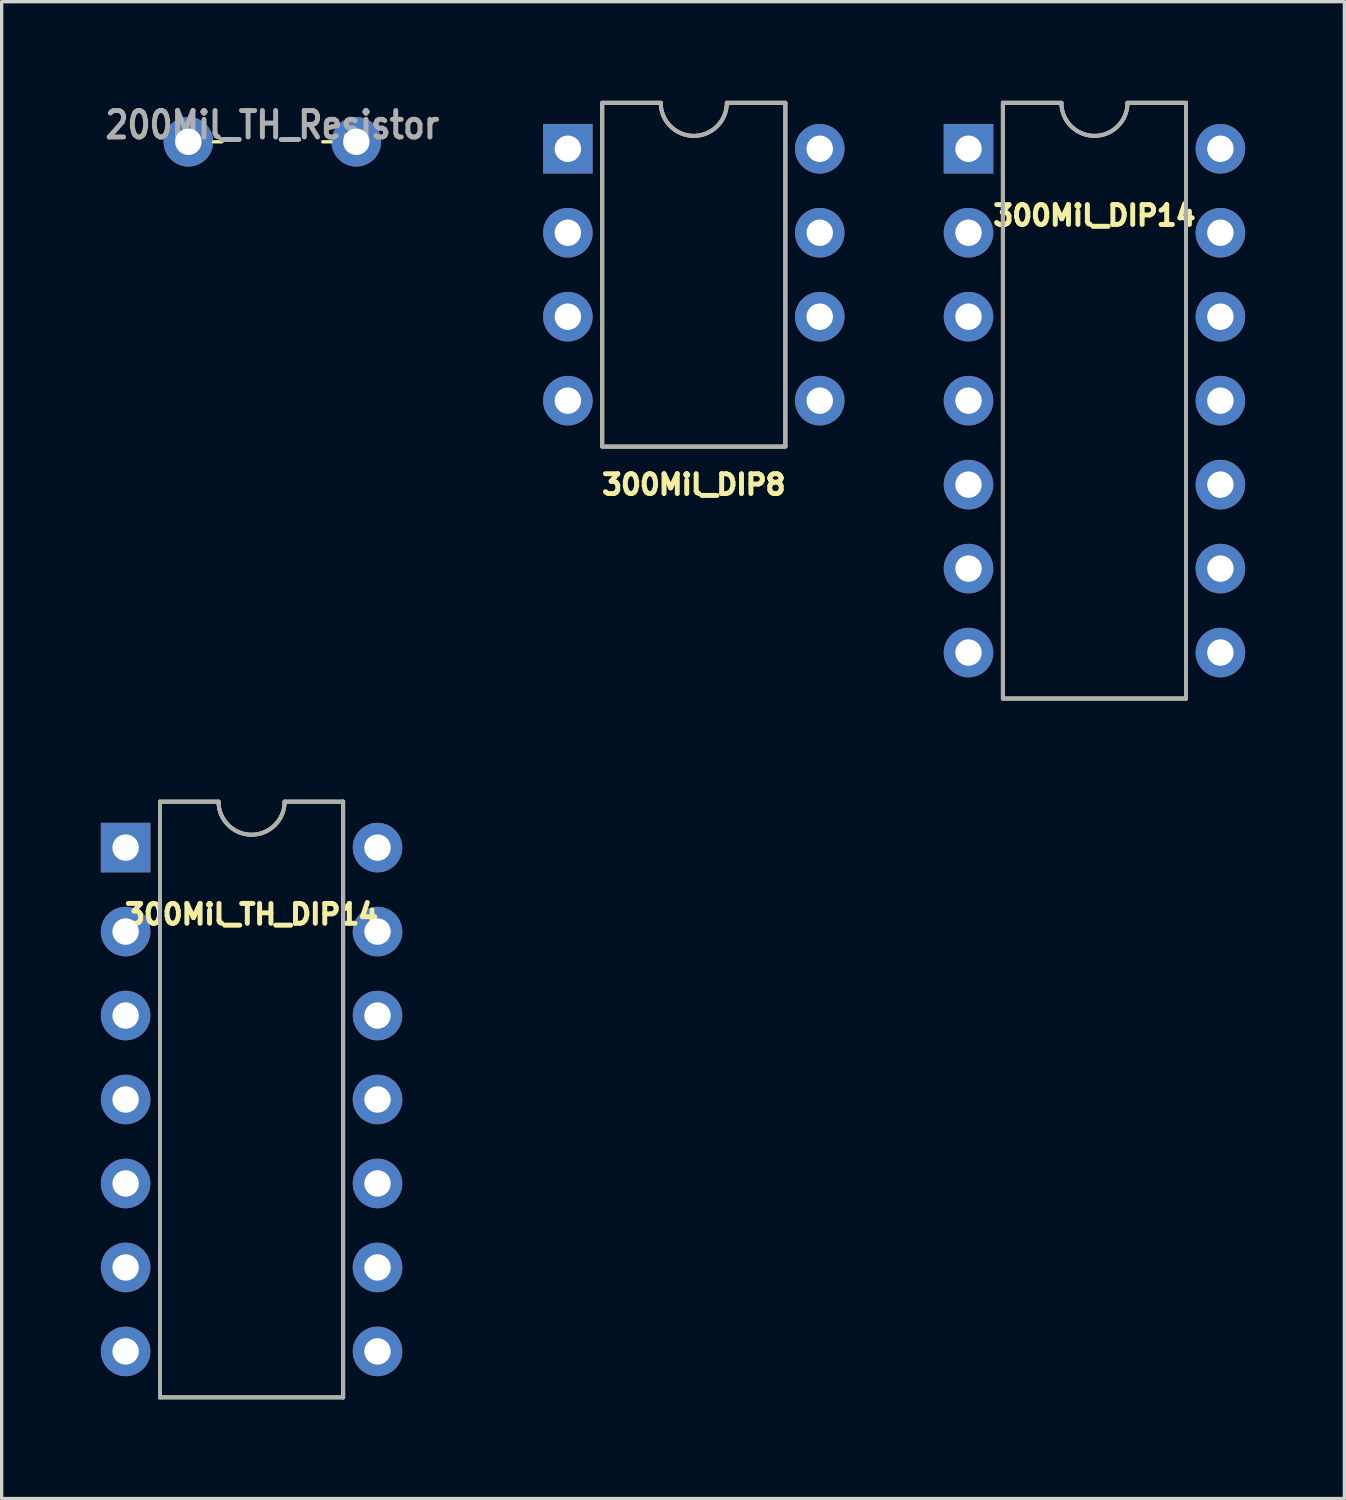
<source format=kicad_pcb>
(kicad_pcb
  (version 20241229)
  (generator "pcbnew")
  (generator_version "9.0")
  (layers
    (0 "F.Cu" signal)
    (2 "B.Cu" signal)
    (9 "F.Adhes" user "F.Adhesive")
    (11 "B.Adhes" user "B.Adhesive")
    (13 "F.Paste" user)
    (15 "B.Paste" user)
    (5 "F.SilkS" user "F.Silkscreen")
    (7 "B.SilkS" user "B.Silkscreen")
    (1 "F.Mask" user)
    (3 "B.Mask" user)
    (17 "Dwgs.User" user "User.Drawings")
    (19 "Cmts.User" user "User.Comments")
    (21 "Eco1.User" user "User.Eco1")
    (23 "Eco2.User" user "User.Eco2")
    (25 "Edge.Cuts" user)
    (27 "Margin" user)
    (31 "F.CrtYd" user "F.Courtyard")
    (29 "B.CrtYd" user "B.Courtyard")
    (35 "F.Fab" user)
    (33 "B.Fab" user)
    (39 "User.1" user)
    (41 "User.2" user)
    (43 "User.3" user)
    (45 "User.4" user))
  (footprint "300Mil_TH_DIP14"
    (placed yes)
    (layer "F.Cu")
    (at 0.75 22.59)
    (property "Reference" "300Mil_TH_DIP14" (at 3.81 2.019 0) (layer "F.SilkS") (effects (font (size 0.6 0.6) (thickness 0.15))))
    (attr through_hole)
    (fp_line (start 1.04 -1.39) (end 1.04 16.63) (stroke (width 0.12) (type solid)) (layer "F.SilkS"))
    (fp_line (start 1.04 16.63) (end 6.58 16.63) (stroke (width 0.12) (type solid)) (layer "F.SilkS"))
    (fp_line (start 2.81 -1.39) (end 1.04 -1.39) (stroke (width 0.12) (type solid)) (layer "F.SilkS"))
    (fp_line (start 6.58 -1.39) (end 4.81 -1.39) (stroke (width 0.12) (type solid)) (layer "F.SilkS"))
    (fp_line (start 6.58 16.63) (end 6.58 -1.39) (stroke (width 0.12) (type solid)) (layer "F.SilkS"))
    (fp_arc (start 4.81 -1.39) (mid 3.81 -0.39) (end 2.81 -1.39) (stroke (width 0.12) (type solid)) (layer "F.SilkS"))
    (fp_line (start 1.04 -1.39) (end 1.04 16.63) (stroke (width 0.12) (type solid)) (layer "F.Fab"))
    (fp_line (start 1.04 16.63) (end 6.58 16.63) (stroke (width 0.12) (type solid)) (layer "F.Fab"))
    (fp_line (start 2.81 -1.39) (end 1.04 -1.39) (stroke (width 0.12) (type solid)) (layer "F.Fab"))
    (fp_line (start 6.58 -1.39) (end 4.81 -1.39) (stroke (width 0.12) (type solid)) (layer "F.Fab"))
    (fp_line (start 6.58 16.63) (end 6.58 -1.39) (stroke (width 0.12) (type solid)) (layer "F.Fab"))
    (fp_arc (start 4.81 -1.39) (mid 3.81 -0.39) (end 2.81 -1.39) (stroke (width 0.12) (type solid)) (layer "F.Fab"))
    (pad "1" thru_hole rect (at 0 0) (size 1.5 1.5) (drill 0.8) (layers "*.Cu" "*.Mask"))
    (pad "2" thru_hole circle (at 0 2.54) (size 1.5 1.5) (drill 0.8) (layers "*.Cu" "*.Mask"))
    (pad "3" thru_hole circle (at 0 5.08) (size 1.5 1.5) (drill 0.8) (layers "*.Cu" "*.Mask"))
    (pad "4" thru_hole circle (at 0 7.62) (size 1.5 1.5) (drill 0.8) (layers "*.Cu" "*.Mask"))
    (pad "5" thru_hole circle (at 0 10.16) (size 1.5 1.5) (drill 0.8) (layers "*.Cu" "*.Mask"))
    (pad "6" thru_hole circle (at 0 12.7) (size 1.5 1.5) (drill 0.8) (layers "*.Cu" "*.Mask"))
    (pad "7" thru_hole circle (at 0 15.24) (size 1.5 1.5) (drill 0.8) (layers "*.Cu" "*.Mask"))
    (pad "8" thru_hole circle (at 7.62 15.24) (size 1.5 1.5) (drill 0.8) (layers "*.Cu" "*.Mask"))
    (pad "9" thru_hole circle (at 7.62 12.7) (size 1.5 1.5) (drill 0.8) (layers "*.Cu" "*.Mask"))
    (pad "10" thru_hole circle (at 7.62 10.16) (size 1.5 1.5) (drill 0.8) (layers "*.Cu" "*.Mask"))
    (pad "11" thru_hole circle (at 7.62 7.62) (size 1.5 1.5) (drill 0.8) (layers "*.Cu" "*.Mask"))
    (pad "12" thru_hole circle (at 7.62 5.08) (size 1.5 1.5) (drill 0.8) (layers "*.Cu" "*.Mask"))
    (pad "13" thru_hole circle (at 7.62 2.54) (size 1.5 1.5) (drill 0.8) (layers "*.Cu" "*.Mask"))
    (pad "14" thru_hole circle (at 7.62 0) (size 1.5 1.5) (drill 0.8) (layers "*.Cu" "*.Mask")))
  (footprint "300Mil_DIP14"
    (placed yes)
    (layer "F.Cu")
    (at 26.247 1.45)
    (property "Reference" "300Mil_DIP14" (at 3.81 2.019 0) (layer "F.SilkS") (effects (font (size 0.6 0.6) (thickness 0.15))))
    (attr through_hole)
    (fp_line (start 1.04 -1.39) (end 1.04 16.63) (stroke (width 0.12) (type solid)) (layer "F.SilkS"))
    (fp_line (start 1.04 16.63) (end 6.58 16.63) (stroke (width 0.12) (type solid)) (layer "F.SilkS"))
    (fp_line (start 2.81 -1.39) (end 1.04 -1.39) (stroke (width 0.12) (type solid)) (layer "F.SilkS"))
    (fp_line (start 6.58 -1.39) (end 4.81 -1.39) (stroke (width 0.12) (type solid)) (layer "F.SilkS"))
    (fp_line (start 6.58 16.63) (end 6.58 -1.39) (stroke (width 0.12) (type solid)) (layer "F.SilkS"))
    (fp_arc (start 4.81 -1.39) (mid 3.81 -0.39) (end 2.81 -1.39) (stroke (width 0.12) (type solid)) (layer "F.SilkS"))
    (fp_line (start 1.04 -1.39) (end 1.04 16.63) (stroke (width 0.12) (type solid)) (layer "F.Fab"))
    (fp_line (start 1.04 16.63) (end 6.58 16.63) (stroke (width 0.12) (type solid)) (layer "F.Fab"))
    (fp_line (start 2.81 -1.39) (end 1.04 -1.39) (stroke (width 0.12) (type solid)) (layer "F.Fab"))
    (fp_line (start 6.58 -1.39) (end 4.81 -1.39) (stroke (width 0.12) (type solid)) (layer "F.Fab"))
    (fp_line (start 6.58 16.63) (end 6.58 -1.39) (stroke (width 0.12) (type solid)) (layer "F.Fab"))
    (fp_arc (start 4.81 -1.39) (mid 3.81 -0.39) (end 2.81 -1.39) (stroke (width 0.12) (type solid)) (layer "F.Fab"))
    (pad "1" thru_hole rect (at 0 0) (size 1.5 1.5) (drill 0.8) (layers "*.Cu" "*.Mask"))
    (pad "2" thru_hole circle (at 0 2.54) (size 1.5 1.5) (drill 0.8) (layers "*.Cu" "*.Mask"))
    (pad "3" thru_hole circle (at 0 5.08) (size 1.5 1.5) (drill 0.8) (layers "*.Cu" "*.Mask"))
    (pad "4" thru_hole circle (at 0 7.62) (size 1.5 1.5) (drill 0.8) (layers "*.Cu" "*.Mask"))
    (pad "5" thru_hole circle (at 0 10.16) (size 1.5 1.5) (drill 0.8) (layers "*.Cu" "*.Mask"))
    (pad "6" thru_hole circle (at 0 12.7) (size 1.5 1.5) (drill 0.8) (layers "*.Cu" "*.Mask"))
    (pad "7" thru_hole circle (at 0 15.24) (size 1.5 1.5) (drill 0.8) (layers "*.Cu" "*.Mask"))
    (pad "8" thru_hole circle (at 7.62 15.24) (size 1.5 1.5) (drill 0.8) (layers "*.Cu" "*.Mask"))
    (pad "9" thru_hole circle (at 7.62 12.7) (size 1.5 1.5) (drill 0.8) (layers "*.Cu" "*.Mask"))
    (pad "10" thru_hole circle (at 7.62 10.16) (size 1.5 1.5) (drill 0.8) (layers "*.Cu" "*.Mask"))
    (pad "11" thru_hole circle (at 7.62 7.62) (size 1.5 1.5) (drill 0.8) (layers "*.Cu" "*.Mask"))
    (pad "12" thru_hole circle (at 7.62 5.08) (size 1.5 1.5) (drill 0.8) (layers "*.Cu" "*.Mask"))
    (pad "13" thru_hole circle (at 7.62 2.54) (size 1.5 1.5) (drill 0.8) (layers "*.Cu" "*.Mask"))
    (pad "14" thru_hole circle (at 7.62 0) (size 1.5 1.5) (drill 0.8) (layers "*.Cu" "*.Mask")))
  (footprint "300Mil_DIP8"
    (placed yes)
    (layer "F.Cu")
    (at 14.127 1.45)
    (property "Reference" "300Mil_DIP8" (at 3.81 10.16 0) (layer "F.SilkS") (effects (font (size 0.6 0.6) (thickness 0.15))))
    (attr through_hole)
    (fp_line (start 1.04 -1.39) (end 1.04 9) (stroke (width 0.12) (type solid)) (layer "F.SilkS"))
    (fp_line (start 1.04 9.01) (end 6.58 9.01) (stroke (width 0.12) (type solid)) (layer "F.SilkS"))
    (fp_line (start 2.81 -1.39) (end 1.04 -1.39) (stroke (width 0.12) (type solid)) (layer "F.SilkS"))
    (fp_line (start 6.58 -1.39) (end 4.81 -1.39) (stroke (width 0.12) (type solid)) (layer "F.SilkS"))
    (fp_line (start 6.58 9) (end 6.58 -1.39) (stroke (width 0.12) (type solid)) (layer "F.SilkS"))
    (fp_arc (start 4.81 -1.39) (mid 3.81 -0.39) (end 2.81 -1.39) (stroke (width 0.12) (type solid)) (layer "F.SilkS"))
    (fp_line (start 1.04 -1.39) (end 1.04 9) (stroke (width 0.12) (type solid)) (layer "F.Fab"))
    (fp_line (start 1.04 9.01) (end 6.58 9.01) (stroke (width 0.12) (type solid)) (layer "F.Fab"))
    (fp_line (start 2.81 -1.39) (end 1.04 -1.39) (stroke (width 0.12) (type solid)) (layer "F.Fab"))
    (fp_line (start 6.58 -1.39) (end 4.81 -1.39) (stroke (width 0.12) (type solid)) (layer "F.Fab"))
    (fp_line (start 6.58 9) (end 6.58 -1.39) (stroke (width 0.12) (type solid)) (layer "F.Fab"))
    (fp_arc (start 4.81 -1.39) (mid 3.81 -0.39) (end 2.81 -1.39) (stroke (width 0.12) (type solid)) (layer "F.Fab"))
    (pad "1" thru_hole rect (at 0 0) (size 1.5 1.5) (drill 0.8) (layers "*.Cu" "*.Mask"))
    (pad "2" thru_hole circle (at 0 2.54) (size 1.5 1.5) (drill 0.8) (layers "*.Cu" "*.Mask"))
    (pad "3" thru_hole circle (at 0 5.08) (size 1.5 1.5) (drill 0.8) (layers "*.Cu" "*.Mask"))
    (pad "4" thru_hole circle (at 0 7.62) (size 1.5 1.5) (drill 0.8) (layers "*.Cu" "*.Mask"))
    (pad "5" thru_hole circle (at 7.62 7.62) (size 1.5 1.5) (drill 0.8) (layers "*.Cu" "*.Mask"))
    (pad "6" thru_hole circle (at 7.62 5.08) (size 1.5 1.5) (drill 0.8) (layers "*.Cu" "*.Mask"))
    (pad "7" thru_hole circle (at 7.62 2.54) (size 1.5 1.5) (drill 0.8) (layers "*.Cu" "*.Mask"))
    (pad "8" thru_hole circle (at 7.62 0) (size 1.5 1.5) (drill 0.8) (layers "*.Cu" "*.Mask")))
  (footprint "200Mil_TH_Resistor"
    (placed yes)
    (layer "F.Cu")
    (at 2.648 1.239)
    (property "Reference" "200Mil_TH_Resistor" (at 2.54 -0.508 0) (layer "F.Fab") (effects (font (size 0.8 0.7) (thickness 0.15))))
    (attr through_hole)
    (fp_line (start 0.762 0) (end 1.016 0) (stroke (width 0.1) (type solid)) (layer "F.SilkS"))
    (fp_line (start 4.064 0) (end 4.318 0) (stroke (width 0.1) (type solid)) (layer "F.SilkS"))
    (pad "1" thru_hole circle (at 0 0) (size 1.5 1.5) (drill 0.8) (layers "*.Cu" "*.Mask"))
    (pad "2" thru_hole circle (at 5.08 0) (size 1.5 1.5) (drill 0.8) (layers "*.Cu" "*.Mask")))
  (gr_rect
    (start -3 -3)
    (end 37.617 42.28)
    (stroke (width 0.1) (type default))
    (fill no)
    (layer "Edge.Cuts")))
</source>
